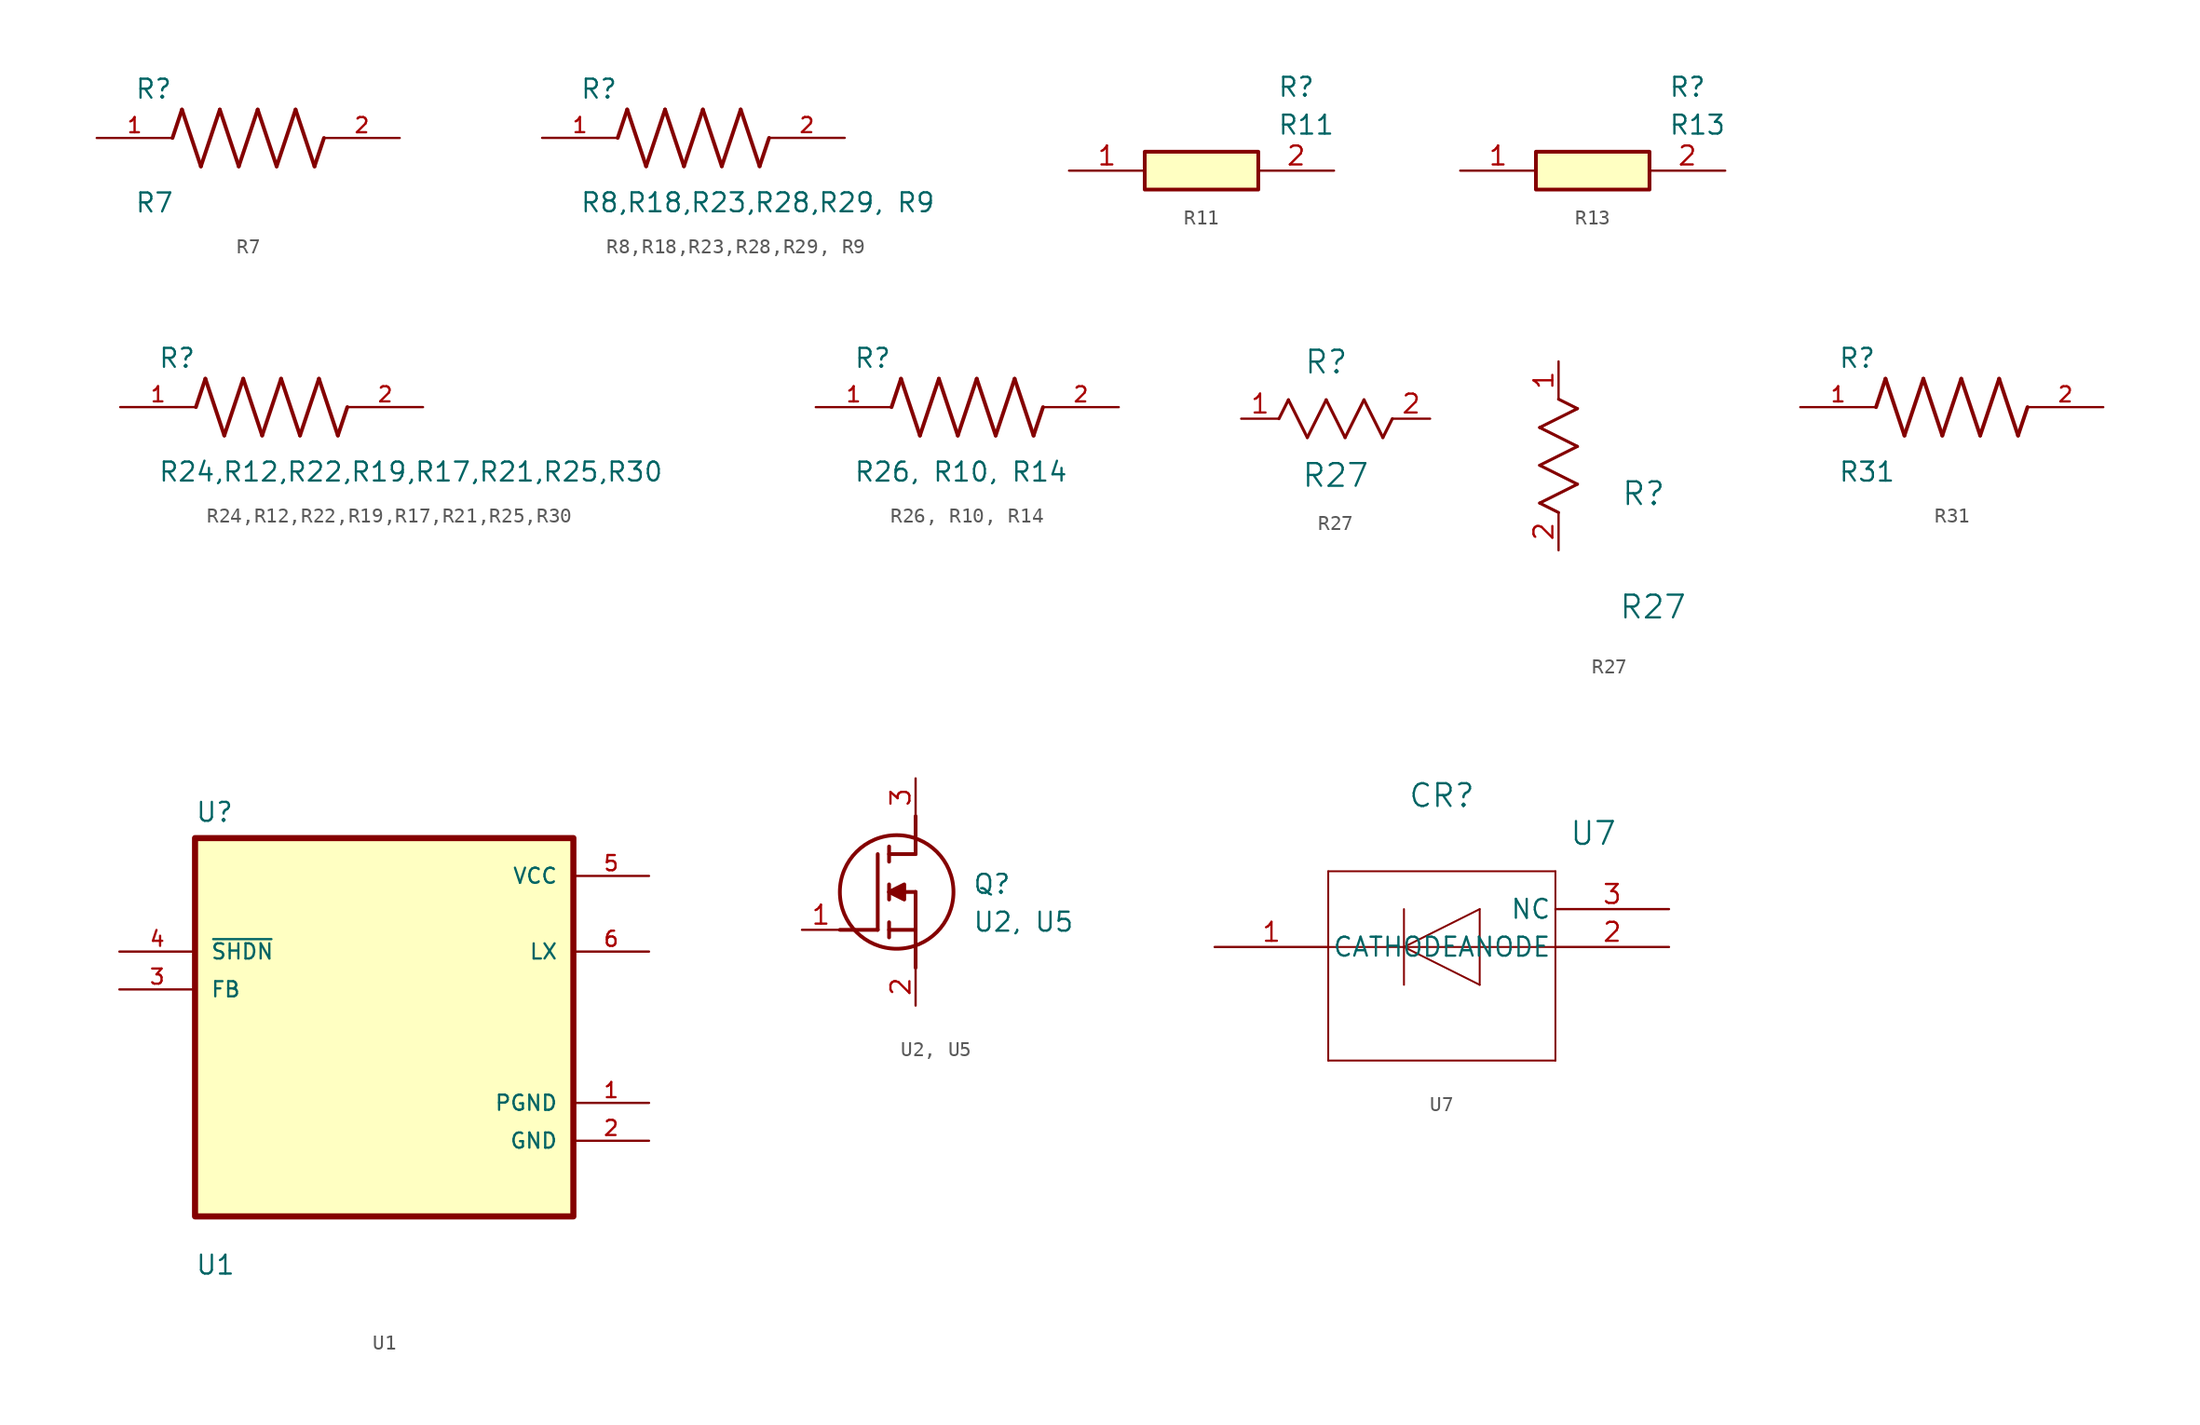
<source format=kicad_sym>
(kicad_symbol_lib
  (version 20241209)
  (generator "kicad_symbol_editor")
  (generator_version "9.0")
  (symbol "R7"
    (pin_names
      (offset 1.016))
    (property "Reference" "R"
      (at -7.624 2.542 0)
      (effects (font (size 1.27 1.27)) (justify left bottom)))
    (property "Value" "R7"
      (at -7.63 -5.087 0)
      (effects (font (size 1.27 1.27)) (justify left bottom)))
    (symbol "R7_0_0"
      (polyline (pts (xy -5.08 0) (xy -4.445 1.905)) (stroke (width 0.254) (type default)) (fill (type none)))
      (polyline (pts (xy -4.445 1.905) (xy -3.175 -1.905)) (stroke (width 0.254) (type default)) (fill (type none)))
      (polyline (pts (xy -3.175 -1.905) (xy -1.905 1.905)) (stroke (width 0.254) (type default)) (fill (type none)))
      (polyline (pts (xy -1.905 1.905) (xy -0.635 -1.905)) (stroke (width 0.254) (type default)) (fill (type none)))
      (polyline (pts (xy -0.635 -1.905) (xy 0.635 1.905)) (stroke (width 0.254) (type default)) (fill (type none)))
      (polyline (pts (xy 0.635 1.905) (xy 1.905 -1.905)) (stroke (width 0.254) (type default)) (fill (type none)))
      (polyline (pts (xy 1.905 -1.905) (xy 3.175 1.905)) (stroke (width 0.254) (type default)) (fill (type none)))
      (polyline (pts (xy 3.175 1.905) (xy 4.445 -1.905)) (stroke (width 0.254) (type default)) (fill (type none)))
      (polyline (pts (xy 4.445 -1.905) (xy 5.08 0)) (stroke (width 0.254) (type default)) (fill (type none)))
      (pin passive line (at -10.16 0 0) (length 5.08) (name "~" (effects (font (size 1.016 1.016)))) (number "1" (effects (font (size 1.016 1.016)))))
      (pin passive line (at 10.16 0 180) (length 5.08) (name "~" (effects (font (size 1.016 1.016)))) (number "2" (effects (font (size 1.016 1.016)))))))
  (symbol "R8,R18,R23,R28,R29, R9"
    (pin_names
      (offset 1.016))
    (property "Reference" "R"
      (at -7.624 2.542 0)
      (effects (font (size 1.27 1.27)) (justify left bottom)))
    (property "Value" "R8,R18,R23,R28,R29, R9"
      (at -7.63 -5.087 0)
      (effects (font (size 1.27 1.27)) (justify left bottom)))
    (symbol "R8,R18,R23,R28,R29, R9_0_0"
      (polyline (pts (xy -5.08 0) (xy -4.445 1.905)) (stroke (width 0.254) (type default)) (fill (type none)))
      (polyline (pts (xy -4.445 1.905) (xy -3.175 -1.905)) (stroke (width 0.254) (type default)) (fill (type none)))
      (polyline (pts (xy -3.175 -1.905) (xy -1.905 1.905)) (stroke (width 0.254) (type default)) (fill (type none)))
      (polyline (pts (xy -1.905 1.905) (xy -0.635 -1.905)) (stroke (width 0.254) (type default)) (fill (type none)))
      (polyline (pts (xy -0.635 -1.905) (xy 0.635 1.905)) (stroke (width 0.254) (type default)) (fill (type none)))
      (polyline (pts (xy 0.635 1.905) (xy 1.905 -1.905)) (stroke (width 0.254) (type default)) (fill (type none)))
      (polyline (pts (xy 1.905 -1.905) (xy 3.175 1.905)) (stroke (width 0.254) (type default)) (fill (type none)))
      (polyline (pts (xy 3.175 1.905) (xy 4.445 -1.905)) (stroke (width 0.254) (type default)) (fill (type none)))
      (polyline (pts (xy 4.445 -1.905) (xy 5.08 0)) (stroke (width 0.254) (type default)) (fill (type none)))
      (pin passive line (at -10.16 0 0) (length 5.08) (name "~" (effects (font (size 1.016 1.016)))) (number "1" (effects (font (size 1.016 1.016)))))
      (pin passive line (at 10.16 0 180) (length 5.08) (name "~" (effects (font (size 1.016 1.016)))) (number "2" (effects (font (size 1.016 1.016)))))))
  (symbol "R11"
    (pin_names
      (hide yes))
    (property "Reference" "R"
      (at 13.97 6.35 0)
      (effects (font (size 1.27 1.27)) (justify left top)))
    (property "Value" "R11"
      (at 13.97 3.81 0)
      (effects (font (size 1.27 1.27)) (justify left top)))
    (symbol "R11_1_1"
      (rectangle (start 5.08 1.27) (end 12.7 -1.27) (stroke (width 0.254) (type default)) (fill (type background)))
      (pin passive line (at 0 0 0) (length 5.08) (name "1" (effects (font (size 1.27 1.27)))) (number "1" (effects (font (size 1.27 1.27)))))
      (pin passive line (at 17.78 0 180) (length 5.08) (name "2" (effects (font (size 1.27 1.27)))) (number "2" (effects (font (size 1.27 1.27)))))))
  (symbol "R13"
    (pin_names
      (hide yes))
    (property "Reference" "R"
      (at 13.97 6.35 0)
      (effects (font (size 1.27 1.27)) (justify left top)))
    (property "Value" "R13"
      (at 13.97 3.81 0)
      (effects (font (size 1.27 1.27)) (justify left top)))
    (symbol "R13_1_1"
      (rectangle (start 5.08 1.27) (end 12.7 -1.27) (stroke (width 0.254) (type default)) (fill (type background)))
      (pin passive line (at 0 0 0) (length 5.08) (name "1" (effects (font (size 1.27 1.27)))) (number "1" (effects (font (size 1.27 1.27)))))
      (pin passive line (at 17.78 0 180) (length 5.08) (name "2" (effects (font (size 1.27 1.27)))) (number "2" (effects (font (size 1.27 1.27)))))))
  (symbol "R24,R12,R22,R19,R17,R21,R25,R30"
    (pin_names
      (offset 1.016))
    (property "Reference" "R"
      (at -7.624 2.542 0)
      (effects (font (size 1.27 1.27)) (justify left bottom)))
    (property "Value" "R24,R12,R22,R19,R17,R21,R25,R30"
      (at -7.63 -5.087 0)
      (effects (font (size 1.27 1.27)) (justify left bottom)))
    (symbol "R24,R12,R22,R19,R17,R21,R25,R30_0_0"
      (polyline (pts (xy -5.08 0) (xy -4.445 1.905)) (stroke (width 0.254) (type default)) (fill (type none)))
      (polyline (pts (xy -4.445 1.905) (xy -3.175 -1.905)) (stroke (width 0.254) (type default)) (fill (type none)))
      (polyline (pts (xy -3.175 -1.905) (xy -1.905 1.905)) (stroke (width 0.254) (type default)) (fill (type none)))
      (polyline (pts (xy -1.905 1.905) (xy -0.635 -1.905)) (stroke (width 0.254) (type default)) (fill (type none)))
      (polyline (pts (xy -0.635 -1.905) (xy 0.635 1.905)) (stroke (width 0.254) (type default)) (fill (type none)))
      (polyline (pts (xy 0.635 1.905) (xy 1.905 -1.905)) (stroke (width 0.254) (type default)) (fill (type none)))
      (polyline (pts (xy 1.905 -1.905) (xy 3.175 1.905)) (stroke (width 0.254) (type default)) (fill (type none)))
      (polyline (pts (xy 3.175 1.905) (xy 4.445 -1.905)) (stroke (width 0.254) (type default)) (fill (type none)))
      (polyline (pts (xy 4.445 -1.905) (xy 5.08 0)) (stroke (width 0.254) (type default)) (fill (type none)))
      (pin passive line (at -10.16 0 0) (length 5.08) (name "~" (effects (font (size 1.016 1.016)))) (number "1" (effects (font (size 1.016 1.016)))))
      (pin passive line (at 10.16 0 180) (length 5.08) (name "~" (effects (font (size 1.016 1.016)))) (number "2" (effects (font (size 1.016 1.016)))))))
  (symbol "R26, R10, R14"
    (pin_names
      (offset 1.016))
    (property "Reference" "R"
      (at -7.624 2.542 0)
      (effects (font (size 1.27 1.27)) (justify left bottom)))
    (property "Value" "R26, R10, R14"
      (at -7.63 -5.087 0)
      (effects (font (size 1.27 1.27)) (justify left bottom)))
    (symbol "R26, R10, R14_0_0"
      (polyline (pts (xy -5.08 0) (xy -4.445 1.905)) (stroke (width 0.254) (type default)) (fill (type none)))
      (polyline (pts (xy -4.445 1.905) (xy -3.175 -1.905)) (stroke (width 0.254) (type default)) (fill (type none)))
      (polyline (pts (xy -3.175 -1.905) (xy -1.905 1.905)) (stroke (width 0.254) (type default)) (fill (type none)))
      (polyline (pts (xy -1.905 1.905) (xy -0.635 -1.905)) (stroke (width 0.254) (type default)) (fill (type none)))
      (polyline (pts (xy -0.635 -1.905) (xy 0.635 1.905)) (stroke (width 0.254) (type default)) (fill (type none)))
      (polyline (pts (xy 0.635 1.905) (xy 1.905 -1.905)) (stroke (width 0.254) (type default)) (fill (type none)))
      (polyline (pts (xy 1.905 -1.905) (xy 3.175 1.905)) (stroke (width 0.254) (type default)) (fill (type none)))
      (polyline (pts (xy 3.175 1.905) (xy 4.445 -1.905)) (stroke (width 0.254) (type default)) (fill (type none)))
      (polyline (pts (xy 4.445 -1.905) (xy 5.08 0)) (stroke (width 0.254) (type default)) (fill (type none)))
      (pin passive line (at -10.16 0 0) (length 5.08) (name "~" (effects (font (size 1.016 1.016)))) (number "1" (effects (font (size 1.016 1.016)))))
      (pin passive line (at 10.16 0 180) (length 5.08) (name "~" (effects (font (size 1.016 1.016)))) (number "2" (effects (font (size 1.016 1.016)))))))
  (symbol "R27"
    (pin_names
      (offset 0.254))
    (property "Reference" "R"
      (at 5.715 3.81 0)
      (effects (font (size 1.524 1.524))))
    (property "Value" "R27"
      (at 6.35 -3.81 0)
      (effects (font (size 1.524 1.524))))
    (property "ki_locked" ""
      (at 0 0 0)
      (effects (font (size 1.27 1.27))))
    (symbol "R27_1_1"
      (polyline (pts (xy 2.54 0) (xy 3.175 1.27)) (stroke (width 0.203) (type default)) (fill (type none)))
      (polyline (pts (xy 3.175 1.27) (xy 4.445 -1.27)) (stroke (width 0.203) (type default)) (fill (type none)))
      (polyline (pts (xy 4.445 -1.27) (xy 5.715 1.27)) (stroke (width 0.203) (type default)) (fill (type none)))
      (polyline (pts (xy 5.715 1.27) (xy 6.985 -1.27)) (stroke (width 0.203) (type default)) (fill (type none)))
      (polyline (pts (xy 6.985 -1.27) (xy 8.255 1.27)) (stroke (width 0.203) (type default)) (fill (type none)))
      (polyline (pts (xy 8.255 1.27) (xy 9.525 -1.27)) (stroke (width 0.203) (type default)) (fill (type none)))
      (polyline (pts (xy 9.525 -1.27) (xy 10.16 0)) (stroke (width 0.203) (type default)) (fill (type none)))
      (pin unspecified line (at 0 0 0) (length 2.54) (name "" (effects (font (size 1.27 1.27)))) (number "1" (effects (font (size 1.27 1.27)))))
      (pin unspecified line (at 12.7 0 180) (length 2.54) (name "" (effects (font (size 1.27 1.27)))) (number "2" (effects (font (size 1.27 1.27))))))
    (symbol "R27_1_2"
      (polyline (pts (xy -1.27 8.255) (xy 1.27 9.525)) (stroke (width 0.203) (type default)) (fill (type none)))
      (polyline (pts (xy -1.27 5.715) (xy 1.27 6.985)) (stroke (width 0.203) (type default)) (fill (type none)))
      (polyline (pts (xy -1.27 3.175) (xy 1.27 4.445)) (stroke (width 0.203) (type default)) (fill (type none)))
      (polyline (pts (xy 0 2.54) (xy -1.27 3.175)) (stroke (width 0.203) (type default)) (fill (type none)))
      (polyline (pts (xy 1.27 9.525) (xy 0 10.16)) (stroke (width 0.203) (type default)) (fill (type none)))
      (polyline (pts (xy 1.27 6.985) (xy -1.27 8.255)) (stroke (width 0.203) (type default)) (fill (type none)))
      (polyline (pts (xy 1.27 4.445) (xy -1.27 5.715)) (stroke (width 0.203) (type default)) (fill (type none)))
      (pin unspecified line (at 0 12.7 270) (length 2.54) (name "" (effects (font (size 1.27 1.27)))) (number "1" (effects (font (size 1.27 1.27)))))
      (pin unspecified line (at 0 0 90) (length 2.54) (name "" (effects (font (size 1.27 1.27)))) (number "2" (effects (font (size 1.27 1.27)))))))
  (symbol "R31"
    (pin_names
      (offset 1.016))
    (property "Reference" "R"
      (at -7.624 2.542 0)
      (effects (font (size 1.27 1.27)) (justify left bottom)))
    (property "Value" "R31"
      (at -7.63 -5.087 0)
      (effects (font (size 1.27 1.27)) (justify left bottom)))
    (symbol "R31_0_0"
      (polyline (pts (xy -5.08 0) (xy -4.445 1.905)) (stroke (width 0.254) (type default)) (fill (type none)))
      (polyline (pts (xy -4.445 1.905) (xy -3.175 -1.905)) (stroke (width 0.254) (type default)) (fill (type none)))
      (polyline (pts (xy -3.175 -1.905) (xy -1.905 1.905)) (stroke (width 0.254) (type default)) (fill (type none)))
      (polyline (pts (xy -1.905 1.905) (xy -0.635 -1.905)) (stroke (width 0.254) (type default)) (fill (type none)))
      (polyline (pts (xy -0.635 -1.905) (xy 0.635 1.905)) (stroke (width 0.254) (type default)) (fill (type none)))
      (polyline (pts (xy 0.635 1.905) (xy 1.905 -1.905)) (stroke (width 0.254) (type default)) (fill (type none)))
      (polyline (pts (xy 1.905 -1.905) (xy 3.175 1.905)) (stroke (width 0.254) (type default)) (fill (type none)))
      (polyline (pts (xy 3.175 1.905) (xy 4.445 -1.905)) (stroke (width 0.254) (type default)) (fill (type none)))
      (polyline (pts (xy 4.445 -1.905) (xy 5.08 0)) (stroke (width 0.254) (type default)) (fill (type none)))
      (pin passive line (at -10.16 0 0) (length 5.08) (name "~" (effects (font (size 1.016 1.016)))) (number "1" (effects (font (size 1.016 1.016)))))
      (pin passive line (at 10.16 0 180) (length 5.08) (name "~" (effects (font (size 1.016 1.016)))) (number "2" (effects (font (size 1.016 1.016)))))))
  (symbol "U1"
    (pin_names
      (offset 1.016))
    (property "Reference" "U"
      (at -12.7 13.7 0)
      (effects (font (size 1.27 1.27)) (justify left bottom)))
    (property "Value" "U1"
      (at -12.7 -16.7 0)
      (effects (font (size 1.27 1.27)) (justify left bottom)))
    (symbol "U1_0_0"
      (rectangle (start -12.7 -12.7) (end 12.7 12.7) (stroke (width 0.41) (type default)) (fill (type background)))
      (pin input line (at -17.78 5.08 0) (length 5.08) (name "~{SHDN}" (effects (font (size 1.016 1.016)))) (number "4" (effects (font (size 1.016 1.016)))))
      (pin input line (at -17.78 2.54 0) (length 5.08) (name "FB" (effects (font (size 1.016 1.016)))) (number "3" (effects (font (size 1.016 1.016)))))
      (pin power_in line (at 17.78 10.16 180) (length 5.08) (name "VCC" (effects (font (size 1.016 1.016)))) (number "5" (effects (font (size 1.016 1.016)))))
      (pin output line (at 17.78 5.08 180) (length 5.08) (name "LX" (effects (font (size 1.016 1.016)))) (number "6" (effects (font (size 1.016 1.016)))))
      (pin power_in line (at 17.78 -5.08 180) (length 5.08) (name "PGND" (effects (font (size 1.016 1.016)))) (number "1" (effects (font (size 1.016 1.016)))))
      (pin power_in line (at 17.78 -7.62 180) (length 5.08) (name "GND" (effects (font (size 1.016 1.016)))) (number "2" (effects (font (size 1.016 1.016)))))))
  (symbol "U2, U5"
    (pin_names
      (hide yes))
    (property "Reference" "Q"
      (at 11.43 3.81 0)
      (effects (font (size 1.27 1.27)) (justify left top)))
    (property "Value" "U2, U5"
      (at 11.43 1.27 0)
      (effects (font (size 1.27 1.27)) (justify left top)))
    (symbol "U2, U5_1_1"
      (polyline (pts (xy 2.54 0) (xy 5.08 0)) (stroke (width 0.254) (type default)) (fill (type none)))
      (polyline (pts (xy 5.08 5.08) (xy 5.08 0)) (stroke (width 0.254) (type default)) (fill (type none)))
      (polyline (pts (xy 5.842 5.588) (xy 5.842 4.572)) (stroke (width 0.254) (type default)) (fill (type none)))
      (polyline (pts (xy 5.842 2.54) (xy 6.858 3.048) (xy 6.858 2.032) (xy 5.842 2.54)) (stroke (width 0.254) (type default)) (fill (type outline)))
      (polyline (pts (xy 5.842 2.032) (xy 5.842 3.048)) (stroke (width 0.254) (type default)) (fill (type none)))
      (polyline (pts (xy 5.842 0) (xy 7.62 0)) (stroke (width 0.254) (type default)) (fill (type none)))
      (polyline (pts (xy 5.842 -0.508) (xy 5.842 0.508)) (stroke (width 0.254) (type default)) (fill (type none)))
      (circle (center 6.35 2.54) (radius 3.81) (stroke (width 0.254) (type default)) (fill (type none)))
      (polyline (pts (xy 7.62 5.08) (xy 5.842 5.08)) (stroke (width 0.254) (type default)) (fill (type none)))
      (polyline (pts (xy 7.62 5.08) (xy 7.62 7.62)) (stroke (width 0.254) (type default)) (fill (type none)))
      (polyline (pts (xy 7.62 2.54) (xy 5.842 2.54)) (stroke (width 0.254) (type default)) (fill (type none)))
      (polyline (pts (xy 7.62 2.54) (xy 7.62 -2.54)) (stroke (width 0.254) (type default)) (fill (type none)))
      (pin passive line (at 0 0 0) (length 2.54) (name "G" (effects (font (size 1.27 1.27)))) (number "1" (effects (font (size 1.27 1.27)))))
      (pin passive line (at 7.62 10.16 270) (length 2.54) (name "D" (effects (font (size 1.27 1.27)))) (number "3" (effects (font (size 1.27 1.27)))))
      (pin passive line (at 7.62 -5.08 90) (length 2.54) (name "S" (effects (font (size 1.27 1.27)))) (number "2" (effects (font (size 1.27 1.27)))))))
  (symbol "U7"
    (pin_names
      (offset 0.254))
    (property "Reference" "CR"
      (at 15.24 10.16 0)
      (effects (font (size 1.524 1.524))))
    (property "Value" "U7"
      (at 25.4 7.62 0)
      (effects (font (size 1.524 1.524))))
    (property "ki_locked" ""
      (at 0 0 0)
      (effects (font (size 1.27 1.27))))
    (symbol "U7_0_1"
      (polyline (pts (xy 7.62 5.08) (xy 7.62 -7.62)) (stroke (width 0.127) (type default)) (fill (type none)))
      (polyline (pts (xy 7.62 0) (xy 22.86 0)) (stroke (width 0.127) (type default)) (fill (type none)))
      (polyline (pts (xy 7.62 -7.62) (xy 22.86 -7.62)) (stroke (width 0.127) (type default)) (fill (type none)))
      (polyline (pts (xy 12.7 -2.54) (xy 12.7 2.54)) (stroke (width 0.127) (type default)) (fill (type none)))
      (polyline (pts (xy 17.78 2.54) (xy 12.7 0)) (stroke (width 0.127) (type default)) (fill (type none)))
      (polyline (pts (xy 17.78 2.54) (xy 17.78 -2.54)) (stroke (width 0.127) (type default)) (fill (type none)))
      (polyline (pts (xy 17.78 -2.54) (xy 12.7 0)) (stroke (width 0.127) (type default)) (fill (type none)))
      (polyline (pts (xy 22.86 5.08) (xy 7.62 5.08)) (stroke (width 0.127) (type default)) (fill (type none)))
      (polyline (pts (xy 22.86 -7.62) (xy 22.86 5.08)) (stroke (width 0.127) (type default)) (fill (type none)))
      (pin unspecified line (at 0 0 0) (length 7.62) (name "CATHODE" (effects (font (size 1.27 1.27)))) (number "1" (effects (font (size 1.27 1.27)))))
      (pin unspecified line (at 30.48 2.54 180) (length 7.62) (name "NC" (effects (font (size 1.27 1.27)))) (number "3" (effects (font (size 1.27 1.27)))))
      (pin unspecified line (at 30.48 0 180) (length 7.62) (name "ANODE" (effects (font (size 1.27 1.27)))) (number "2" (effects (font (size 1.27 1.27))))))))
</source>
